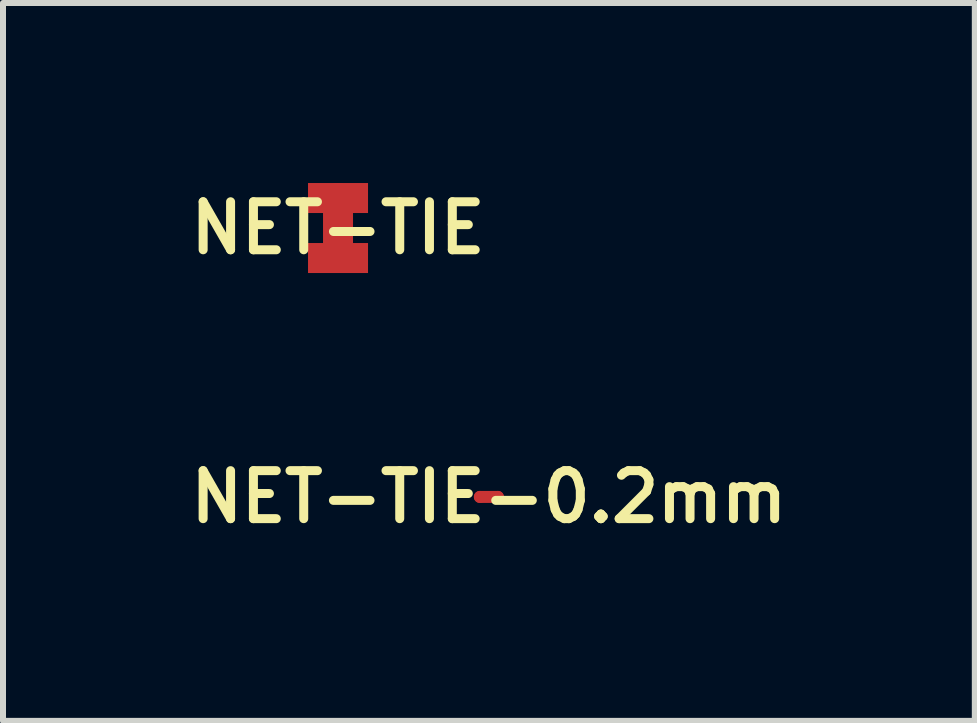
<source format=kicad_pcb>
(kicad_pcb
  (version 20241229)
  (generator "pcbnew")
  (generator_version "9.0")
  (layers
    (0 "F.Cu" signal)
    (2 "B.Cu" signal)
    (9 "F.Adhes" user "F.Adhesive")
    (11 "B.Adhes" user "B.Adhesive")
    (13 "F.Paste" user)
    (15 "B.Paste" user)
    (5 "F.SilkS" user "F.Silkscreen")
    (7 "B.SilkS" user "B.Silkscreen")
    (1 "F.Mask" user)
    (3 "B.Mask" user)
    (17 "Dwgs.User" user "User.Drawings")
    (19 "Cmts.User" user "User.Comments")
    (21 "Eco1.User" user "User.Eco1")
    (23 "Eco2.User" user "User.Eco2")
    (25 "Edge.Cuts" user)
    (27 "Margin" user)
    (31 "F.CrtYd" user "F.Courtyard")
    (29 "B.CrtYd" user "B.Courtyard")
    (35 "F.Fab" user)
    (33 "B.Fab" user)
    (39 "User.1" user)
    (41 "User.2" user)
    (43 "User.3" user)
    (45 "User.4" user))
  (footprint "NET-TIE-0.2mm"
    (layer "F.Cu")
    (at 5.097 5.231)
    (property "Reference" "NET-TIE-0.2mm" (at 0 0 0) (layer "F.SilkS") (effects (font (size 0.8 0.8) (thickness 0.15))))
    (attr through_hole)
    (fp_line (start -0.15 0) (end 0.15 0) (stroke (width 0.2) (type solid)) (layer "F.Cu"))
    (pad "1" smd circle (at -0.15 0) (size 0.2 0.2) (layers "F.Cu"))
    (pad "2" smd circle (at 0.15 0) (size 0.2 0.2) (layers "F.Cu")))
  (footprint "NET-TIE"
    (layer "F.Cu")
    (at 2.583 0.75)
    (property "Reference" "NET-TIE" (at 0 0 0) (layer "F.SilkS") (effects (font (size 0.8 0.8) (thickness 0.15))))
    (attr through_hole)
    (fp_line (start 0 -0.5) (end 0 0.5) (stroke (width 0.5) (type solid)) (layer "F.Cu"))
    (pad "1" smd rect (at 0 -0.5) (size 1 0.5) (layers "F.Cu" "F.Mask"))
    (pad "2" smd rect (at 0 0.5) (size 1 0.5) (layers "F.Cu" "F.Mask")))
  (gr_rect
    (start -3 -3)
    (end 13.195 8.963)
    (stroke (width 0.1) (type default))
    (fill no)
    (layer "Edge.Cuts")))
</source>
